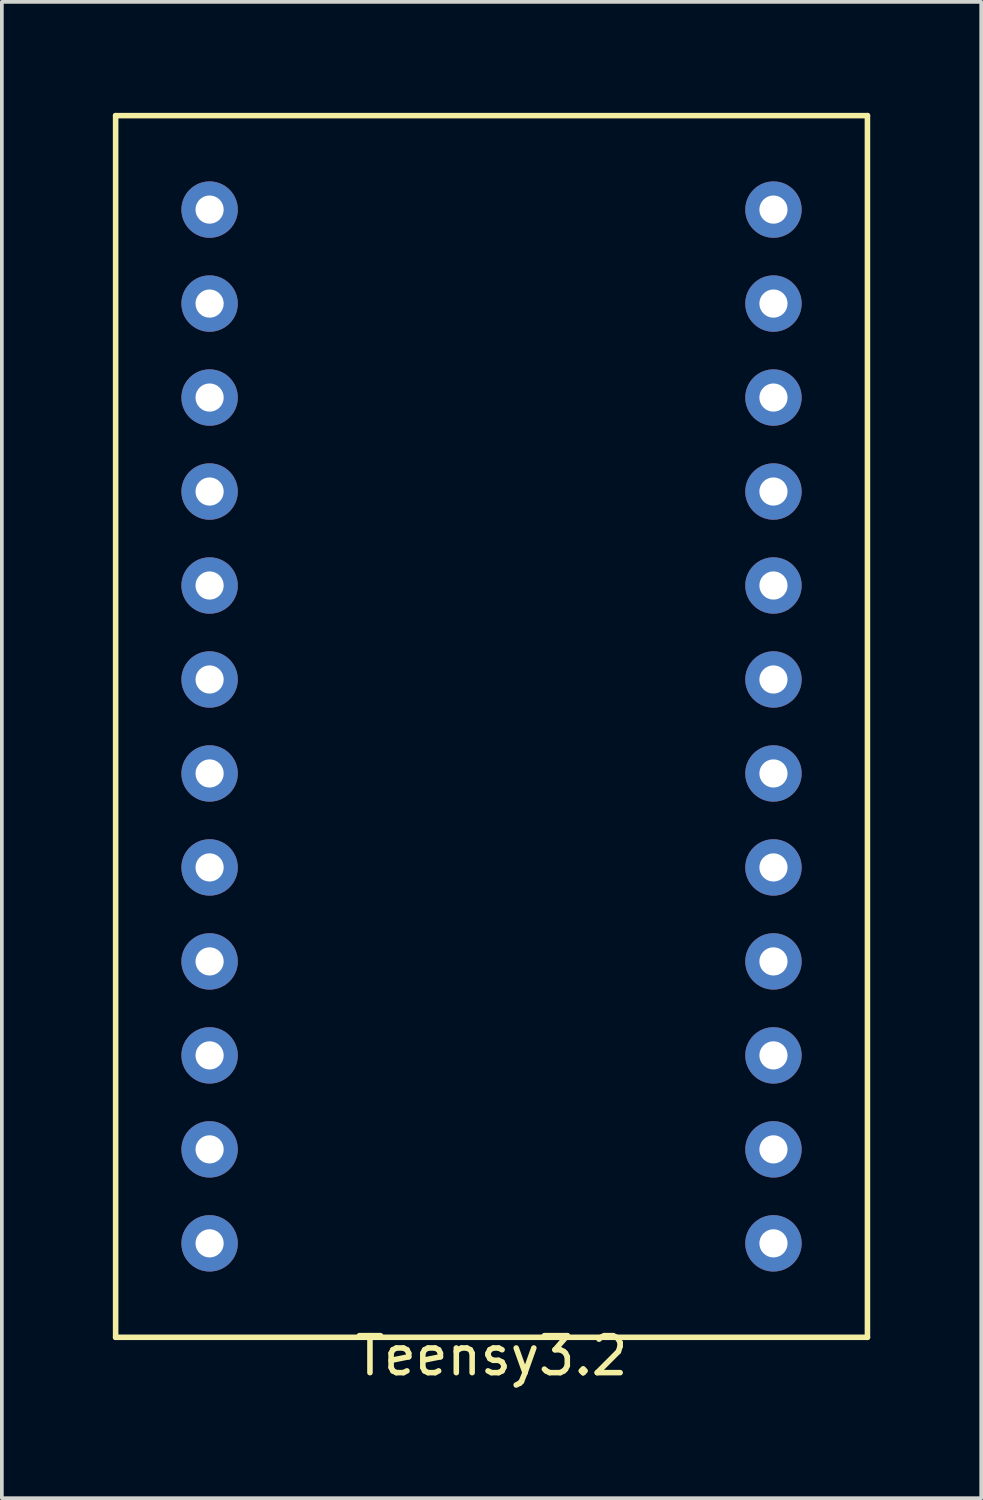
<source format=kicad_pcb>
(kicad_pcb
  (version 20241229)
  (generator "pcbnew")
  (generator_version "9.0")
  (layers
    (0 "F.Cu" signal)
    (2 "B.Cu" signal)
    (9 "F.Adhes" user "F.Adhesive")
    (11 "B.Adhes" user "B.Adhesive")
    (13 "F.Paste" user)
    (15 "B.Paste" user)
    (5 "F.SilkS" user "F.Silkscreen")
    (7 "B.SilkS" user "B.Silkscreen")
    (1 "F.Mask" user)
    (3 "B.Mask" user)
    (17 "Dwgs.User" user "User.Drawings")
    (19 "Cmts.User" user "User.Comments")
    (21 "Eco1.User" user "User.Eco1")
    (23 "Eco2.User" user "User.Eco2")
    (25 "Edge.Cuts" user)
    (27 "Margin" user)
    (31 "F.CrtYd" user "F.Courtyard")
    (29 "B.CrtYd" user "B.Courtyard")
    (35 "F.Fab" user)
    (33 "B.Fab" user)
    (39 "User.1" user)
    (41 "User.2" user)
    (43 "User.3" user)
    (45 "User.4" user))
  (footprint "Teensy3.2"
    (layer "F.Cu")
    (at 10.235 33.095)
    (property "Reference" "Teensy3.2" (at 0 0.5 0) (layer "F.SilkS") (effects (font (size 1 1) (thickness 0.15))))
    (attr through_hole)
    (fp_line (start -10.16 -33.02) (end 10.16 -33.02) (stroke (width 0.15) (type solid)) (layer "F.SilkS"))
    (fp_line (start -10.16 0) (end -10.16 -33.02) (stroke (width 0.15) (type solid)) (layer "F.SilkS"))
    (fp_line (start 10.16 -33.02) (end 10.16 0) (stroke (width 0.15) (type solid)) (layer "F.SilkS"))
    (fp_line (start 10.16 0) (end -10.16 0) (stroke (width 0.15) (type solid)) (layer "F.SilkS"))
    (pad "1" thru_hole circle (at 7.62 -2.54) (size 1.524 1.524) (drill 0.762) (layers "*.Cu" "*.Mask"))
    (pad "2" thru_hole circle (at 7.62 -5.08) (size 1.524 1.524) (drill 0.762) (layers "*.Cu" "*.Mask"))
    (pad "3" thru_hole circle (at 7.62 -7.62) (size 1.524 1.524) (drill 0.762) (layers "*.Cu" "*.Mask"))
    (pad "4" thru_hole circle (at 7.62 -10.16) (size 1.524 1.524) (drill 0.762) (layers "*.Cu" "*.Mask"))
    (pad "5" thru_hole circle (at 7.62 -12.7) (size 1.524 1.524) (drill 0.762) (layers "*.Cu" "*.Mask"))
    (pad "6" thru_hole circle (at 7.62 -15.24) (size 1.524 1.524) (drill 0.762) (layers "*.Cu" "*.Mask"))
    (pad "7" thru_hole circle (at 7.62 -17.78) (size 1.524 1.524) (drill 0.762) (layers "*.Cu" "*.Mask"))
    (pad "8" thru_hole circle (at 7.62 -20.32) (size 1.524 1.524) (drill 0.762) (layers "*.Cu" "*.Mask"))
    (pad "9" thru_hole circle (at 7.62 -22.86) (size 1.524 1.524) (drill 0.762) (layers "*.Cu" "*.Mask"))
    (pad "10" thru_hole circle (at 7.62 -25.4) (size 1.524 1.524) (drill 0.762) (layers "*.Cu" "*.Mask"))
    (pad "11" thru_hole circle (at 7.62 -27.94) (size 1.524 1.524) (drill 0.762) (layers "*.Cu" "*.Mask"))
    (pad "12" thru_hole circle (at 7.62 -30.48) (size 1.524 1.524) (drill 0.762) (layers "*.Cu" "*.Mask"))
    (pad "13" thru_hole circle (at -7.62 -30.48) (size 1.524 1.524) (drill 0.762) (layers "*.Cu" "*.Mask"))
    (pad "14" thru_hole circle (at -7.62 -27.94) (size 1.524 1.524) (drill 0.762) (layers "*.Cu" "*.Mask"))
    (pad "15" thru_hole circle (at -7.62 -25.4) (size 1.524 1.524) (drill 0.762) (layers "*.Cu" "*.Mask"))
    (pad "16" thru_hole circle (at -7.62 -22.86) (size 1.524 1.524) (drill 0.762) (layers "*.Cu" "*.Mask"))
    (pad "17" thru_hole circle (at -7.62 -20.32) (size 1.524 1.524) (drill 0.762) (layers "*.Cu" "*.Mask"))
    (pad "18" thru_hole circle (at -7.62 -17.78) (size 1.524 1.524) (drill 0.762) (layers "*.Cu" "*.Mask"))
    (pad "19" thru_hole circle (at -7.62 -15.24) (size 1.524 1.524) (drill 0.762) (layers "*.Cu" "*.Mask"))
    (pad "20" thru_hole circle (at -7.62 -12.7) (size 1.524 1.524) (drill 0.762) (layers "*.Cu" "*.Mask"))
    (pad "21" thru_hole circle (at -7.62 -10.16) (size 1.524 1.524) (drill 0.762) (layers "*.Cu" "*.Mask"))
    (pad "22" thru_hole circle (at -7.62 -7.62) (size 1.524 1.524) (drill 0.762) (layers "*.Cu" "*.Mask"))
    (pad "23" thru_hole circle (at -7.62 -5.08) (size 1.524 1.524) (drill 0.762) (layers "*.Cu" "*.Mask"))
    (pad "24" thru_hole circle (at -7.62 -2.54) (size 1.524 1.524) (drill 0.762) (layers "*.Cu" "*.Mask")))
  (gr_rect
    (start -3 -3)
    (end 23.47 37.443)
    (stroke (width 0.1) (type default))
    (fill no)
    (layer "Edge.Cuts")))
</source>
